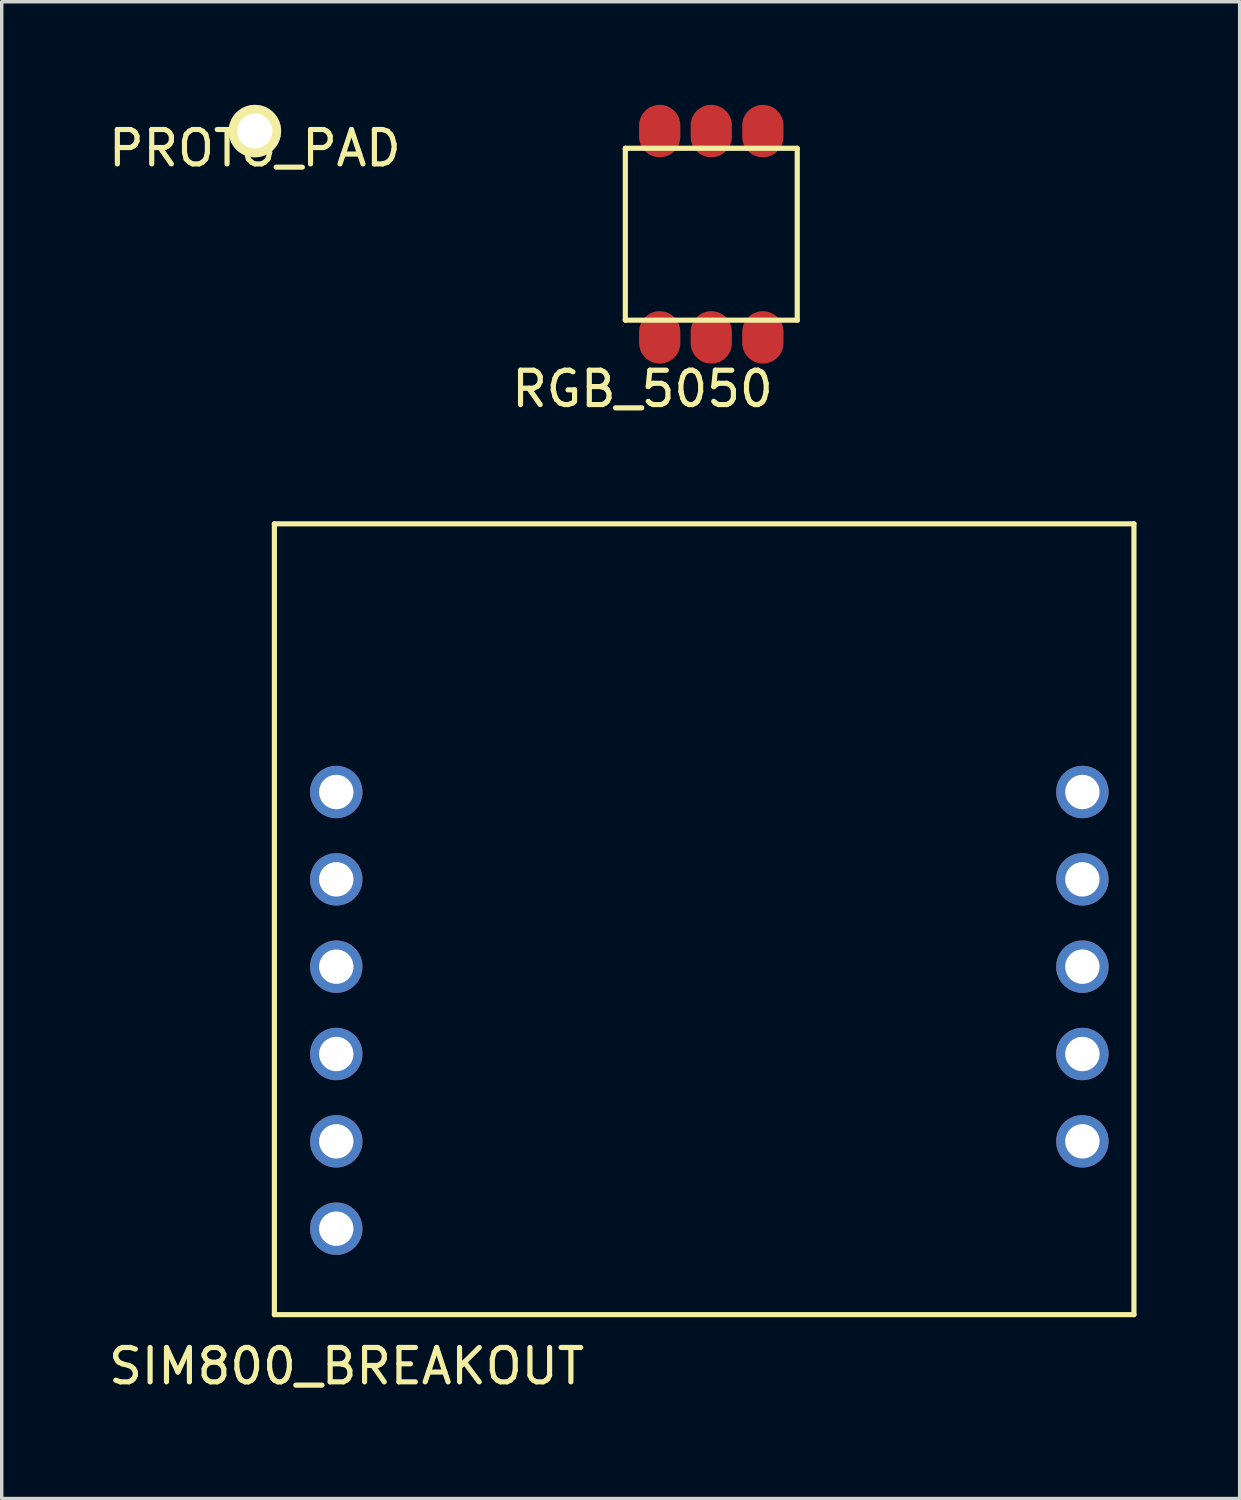
<source format=kicad_pcb>
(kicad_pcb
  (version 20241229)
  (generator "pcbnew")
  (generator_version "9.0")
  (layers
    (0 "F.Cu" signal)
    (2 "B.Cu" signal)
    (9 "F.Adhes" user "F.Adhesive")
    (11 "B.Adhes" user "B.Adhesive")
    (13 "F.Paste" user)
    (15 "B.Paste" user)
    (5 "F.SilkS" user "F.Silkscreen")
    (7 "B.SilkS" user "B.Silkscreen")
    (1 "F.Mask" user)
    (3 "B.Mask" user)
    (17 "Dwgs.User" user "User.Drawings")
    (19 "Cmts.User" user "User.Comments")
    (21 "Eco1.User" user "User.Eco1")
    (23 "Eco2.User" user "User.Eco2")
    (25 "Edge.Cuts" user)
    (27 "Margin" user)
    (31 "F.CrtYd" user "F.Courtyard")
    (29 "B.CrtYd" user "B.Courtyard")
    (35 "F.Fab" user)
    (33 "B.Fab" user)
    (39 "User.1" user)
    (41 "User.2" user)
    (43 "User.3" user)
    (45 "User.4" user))
  (footprint "SIM800_BREAKOUT"
    (layer "F.Cu")
    (at 17.43 23.685)
    (property "Reference" "SIM800_BREAKOUT" (at -10.4 13 0) (layer "F.SilkS") (effects (font (size 1 1) (thickness 0.15))))
    (attr through_hole)
    (fp_line (start -12.5 -11.5) (end 12.5 -11.5) (stroke (width 0.15) (type solid)) (layer "F.SilkS"))
    (fp_line (start -12.5 11.5) (end -12.5 -11.5) (stroke (width 0.15) (type solid)) (layer "F.SilkS"))
    (fp_line (start 12.5 -11.5) (end 12.5 11.5) (stroke (width 0.15) (type solid)) (layer "F.SilkS"))
    (fp_line (start 12.5 11.5) (end -12.5 11.5) (stroke (width 0.15) (type solid)) (layer "F.SilkS"))
    (pad "1" thru_hole circle (at 11 -3.7) (size 1.524 1.524) (drill 1) (layers "*.Cu" "*.Mask"))
    (pad "2" thru_hole circle (at 11 -1.16) (size 1.524 1.524) (drill 1) (layers "*.Cu" "*.Mask"))
    (pad "3" thru_hole circle (at 11 1.38) (size 1.524 1.524) (drill 1) (layers "*.Cu" "*.Mask"))
    (pad "4" thru_hole circle (at 11 3.92) (size 1.524 1.524) (drill 1) (layers "*.Cu" "*.Mask"))
    (pad "5" thru_hole circle (at 11 6.46) (size 1.524 1.524) (drill 1) (layers "*.Cu" "*.Mask"))
    (pad "6" thru_hole circle (at -10.7 -3.7) (size 1.524 1.524) (drill 1) (layers "*.Cu" "*.Mask"))
    (pad "7" thru_hole circle (at -10.7 -1.16) (size 1.524 1.524) (drill 1) (layers "*.Cu" "*.Mask"))
    (pad "8" thru_hole circle (at -10.7 1.38) (size 1.524 1.524) (drill 1) (layers "*.Cu" "*.Mask"))
    (pad "9" thru_hole circle (at -10.7 3.92) (size 1.524 1.524) (drill 1) (layers "*.Cu" "*.Mask"))
    (pad "10" thru_hole circle (at -10.7 6.46) (size 1.524 1.524) (drill 1) (layers "*.Cu" "*.Mask"))
    (pad "11" thru_hole circle (at -10.7 9) (size 1.524 1.524) (drill 1) (layers "*.Cu" "*.Mask")))
  (footprint "RGB_5050"
    (layer "F.Cu")
    (at 17.637 3.762)
    (property "Reference" "RGB_5050" (at -2 4.5 0) (layer "F.SilkS") (effects (font (size 1 1) (thickness 0.15))))
    (attr through_hole)
    (fp_line (start -2.5 -2.5) (end 2.5 -2.5) (stroke (width 0.15) (type solid)) (layer "F.SilkS"))
    (fp_line (start -2.5 2.5) (end -2.5 -2.5) (stroke (width 0.15) (type solid)) (layer "F.SilkS"))
    (fp_line (start 2.5 -2.5) (end 2.5 2.5) (stroke (width 0.15) (type solid)) (layer "F.SilkS"))
    (fp_line (start 2.5 2.5) (end -2.5 2.5) (stroke (width 0.15) (type solid)) (layer "F.SilkS"))
    (pad "1" smd oval (at -1.5 -3) (size 1.2 1.524) (layers "F.Cu" "F.Mask" "F.Paste"))
    (pad "1" smd oval (at 0 -3) (size 1.2 1.524) (layers "F.Cu" "F.Mask" "F.Paste"))
    (pad "1" smd oval (at 1.5 -3) (size 1.2 1.524) (layers "F.Cu" "F.Mask" "F.Paste"))
    (pad "2" smd oval (at -1.5 3) (size 1.2 1.524) (layers "F.Cu" "F.Mask" "F.Paste"))
    (pad "3" smd oval (at 0 3) (size 1.2 1.524) (layers "F.Cu" "F.Mask" "F.Paste"))
    (pad "4" smd oval (at 1.5 3) (size 1.2 1.524) (layers "F.Cu" "F.Mask" "F.Paste")))
  (footprint "PROTO_PAD"
    (layer "F.Cu")
    (at 4.363 0.762)
    (property "Reference" "PROTO_PAD" (at 0 0.5 0) (layer "F.SilkS") (effects (font (size 1 1) (thickness 0.15))))
    (attr through_hole)
    (pad "1" thru_hole circle (at 0 0) (size 1.524 1.524) (drill 1.016) (layers "*.Cu" "*.Mask" "F.SilkS")))
  (gr_rect
    (start -3 -3)
    (end 33.005 40.533)
    (stroke (width 0.1) (type default))
    (fill no)
    (layer "Edge.Cuts")))
</source>
